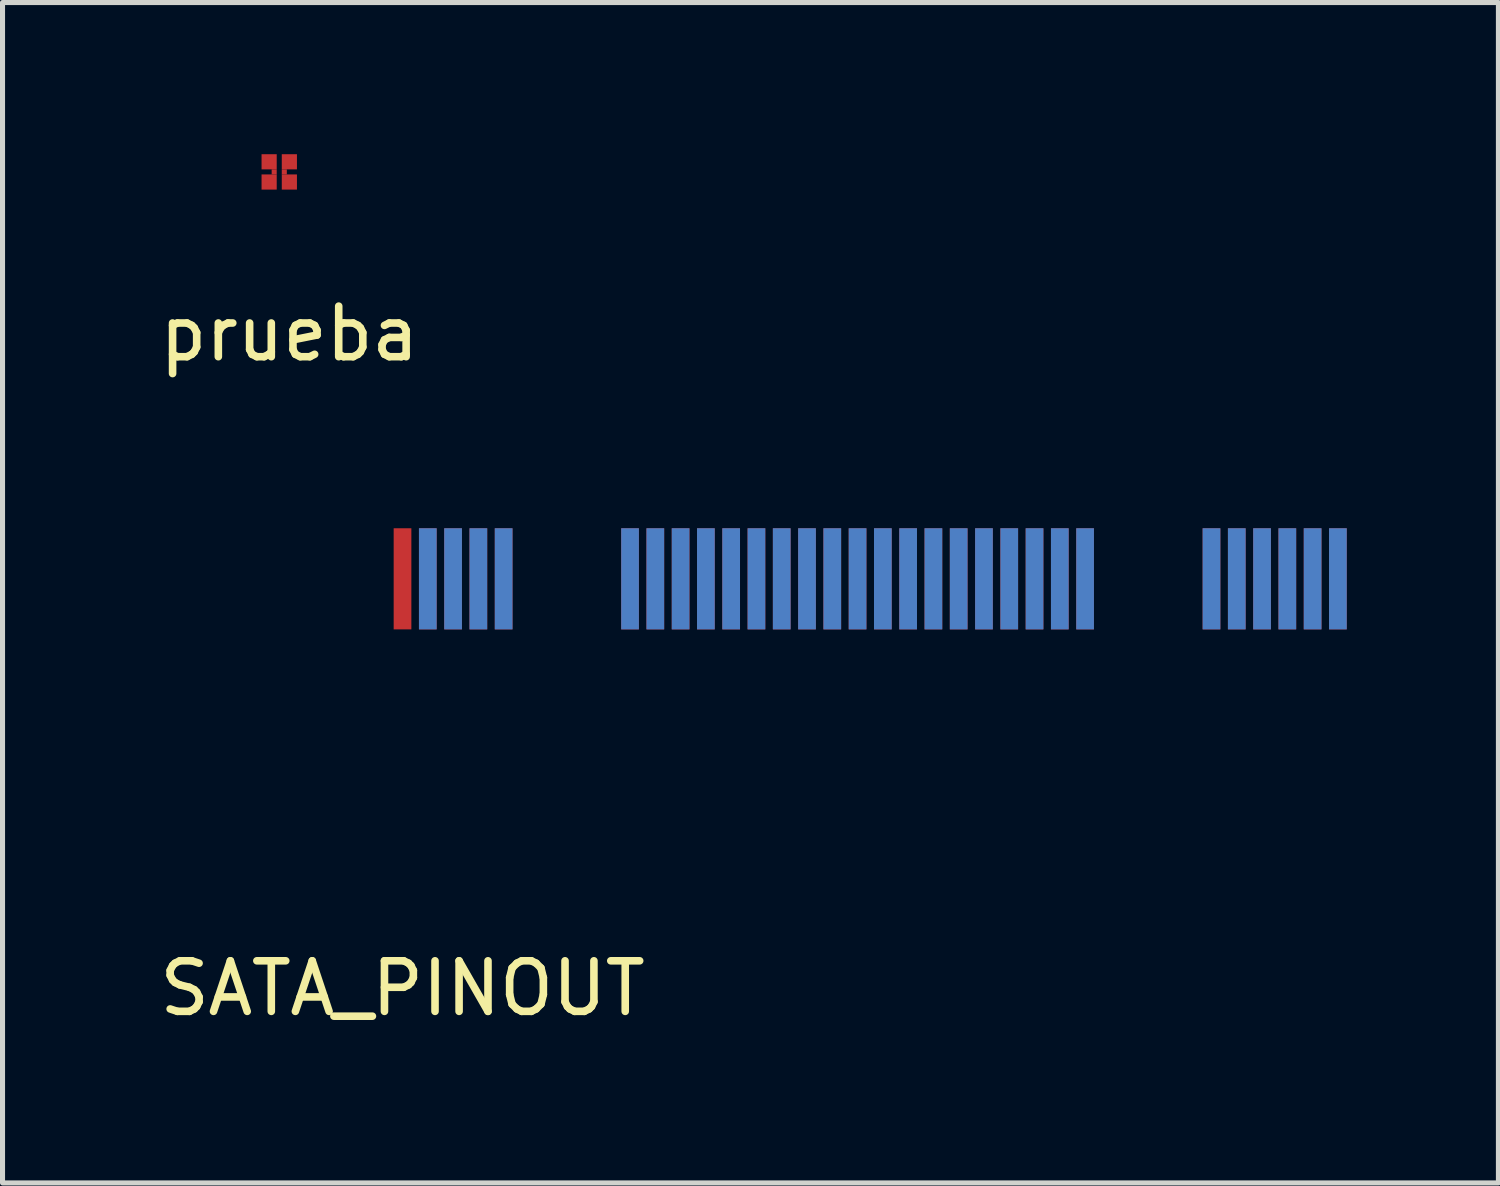
<source format=kicad_pcb>
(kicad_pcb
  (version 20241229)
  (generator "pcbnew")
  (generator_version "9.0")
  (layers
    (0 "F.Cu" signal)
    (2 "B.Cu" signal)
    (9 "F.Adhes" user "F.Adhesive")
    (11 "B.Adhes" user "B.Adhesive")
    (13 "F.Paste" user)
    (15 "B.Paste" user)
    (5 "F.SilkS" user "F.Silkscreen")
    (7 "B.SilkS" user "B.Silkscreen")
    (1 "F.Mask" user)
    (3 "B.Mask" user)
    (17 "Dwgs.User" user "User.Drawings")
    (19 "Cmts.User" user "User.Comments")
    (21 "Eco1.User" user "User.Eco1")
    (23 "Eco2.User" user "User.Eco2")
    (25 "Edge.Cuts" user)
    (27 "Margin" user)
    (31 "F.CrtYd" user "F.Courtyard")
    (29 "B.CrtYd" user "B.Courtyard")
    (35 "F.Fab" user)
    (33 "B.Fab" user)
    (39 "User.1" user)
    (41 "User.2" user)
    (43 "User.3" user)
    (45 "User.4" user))
  (footprint "SATA_PINOUT"
    (layer "F.Cu")
    (at 4.911 8.398)
    (property "Reference" "SATA_PINOUT" (at 0 8.1 0) (layer "F.SilkS") (effects (font (size 1 1) (thickness 0.15))))
    (attr through_hole)
    (pad "1" smd rect (at 18.5 0) (size 0.35 2) (layers "F.Cu" "F.Mask" "F.Paste"))
    (pad "2" smd rect (at 18.5 0) (size 0.35 2) (layers "B.Cu" "B.Mask" "B.Paste"))
    (pad "3" smd rect (at 18 0) (size 0.35 2) (layers "F.Cu" "F.Mask" "F.Paste"))
    (pad "4" smd rect (at 18 0) (size 0.35 2) (layers "B.Cu" "B.Mask" "B.Paste"))
    (pad "5" smd rect (at 17.5 0) (size 0.35 2) (layers "F.Cu" "F.Mask" "F.Paste"))
    (pad "6" smd rect (at 17.5 0) (size 0.35 2) (layers "B.Cu" "B.Mask" "B.Paste"))
    (pad "7" smd rect (at 17 0) (size 0.35 2) (layers "F.Cu" "F.Mask" "F.Paste"))
    (pad "8" smd rect (at 17 0) (size 0.35 2) (layers "B.Cu" "B.Mask" "B.Paste"))
    (pad "9" smd rect (at 16.5 0) (size 0.35 2) (layers "F.Cu" "F.Mask" "F.Paste"))
    (pad "10" smd rect (at 16.5 0) (size 0.35 2) (layers "B.Cu" "B.Mask" "B.Paste"))
    (pad "11" smd rect (at 16 0) (size 0.35 2) (layers "F.Cu" "F.Mask" "F.Paste"))
    (pad "12" smd rect (at 16 0) (size 0.35 2) (layers "B.Cu" "B.Mask" "B.Paste"))
    (pad "21" smd rect (at 13.5 0) (size 0.35 2) (layers "F.Cu" "F.Mask" "F.Paste"))
    (pad "22" smd rect (at 13.5 0) (size 0.35 2) (layers "B.Cu" "B.Mask" "B.Paste"))
    (pad "23" smd rect (at 13 0) (size 0.35 2) (layers "F.Cu" "F.Mask" "F.Paste"))
    (pad "24" smd rect (at 13 0) (size 0.35 2) (layers "B.Cu" "B.Mask" "B.Paste"))
    (pad "25" smd rect (at 12.5 0) (size 0.35 2) (layers "F.Cu" "F.Mask" "F.Paste"))
    (pad "26" smd rect (at 12.5 0) (size 0.35 2) (layers "B.Cu" "B.Mask" "B.Paste"))
    (pad "27" smd rect (at 12 0) (size 0.35 2) (layers "F.Cu" "F.Mask" "F.Paste"))
    (pad "28" smd rect (at 12 0) (size 0.35 2) (layers "B.Cu" "B.Mask" "B.Paste"))
    (pad "29" smd rect (at 11.5 0) (size 0.35 2) (layers "F.Cu" "F.Mask" "F.Paste"))
    (pad "30" smd rect (at 11.5 0) (size 0.35 2) (layers "B.Cu" "B.Mask" "B.Paste"))
    (pad "31" smd rect (at 11 0) (size 0.35 2) (layers "F.Cu" "F.Mask" "F.Paste"))
    (pad "32" smd rect (at 11 0) (size 0.35 2) (layers "B.Cu" "B.Mask" "B.Paste"))
    (pad "33" smd rect (at 10.5 0) (size 0.35 2) (layers "F.Cu" "F.Mask" "F.Paste"))
    (pad "34" smd rect (at 10.5 0) (size 0.35 2) (layers "B.Cu" "B.Mask" "B.Paste"))
    (pad "35" smd rect (at 10 0) (size 0.35 2) (layers "F.Cu" "F.Mask" "F.Paste"))
    (pad "36" smd rect (at 10 0) (size 0.35 2) (layers "B.Cu" "B.Mask" "B.Paste"))
    (pad "37" smd rect (at 9.5 0) (size 0.35 2) (layers "F.Cu" "F.Mask" "F.Paste"))
    (pad "38" smd rect (at 9.5 0) (size 0.35 2) (layers "B.Cu" "B.Mask" "B.Paste"))
    (pad "39" smd rect (at 9 0) (size 0.35 2) (layers "F.Cu" "F.Mask" "F.Paste"))
    (pad "40" smd rect (at 9 0) (size 0.35 2) (layers "B.Cu" "B.Mask" "B.Paste"))
    (pad "41" smd rect (at 8.5 0) (size 0.35 2) (layers "F.Cu" "F.Mask" "F.Paste"))
    (pad "42" smd rect (at 8.5 0) (size 0.35 2) (layers "B.Cu" "B.Mask" "B.Paste"))
    (pad "43" smd rect (at 8 0) (size 0.35 2) (layers "F.Cu" "F.Mask" "F.Paste"))
    (pad "44" smd rect (at 8 0) (size 0.35 2) (layers "B.Cu" "B.Mask" "B.Paste"))
    (pad "45" smd rect (at 7.5 0) (size 0.35 2) (layers "F.Cu" "F.Mask" "F.Paste"))
    (pad "46" smd rect (at 7.5 0) (size 0.35 2) (layers "B.Cu" "B.Mask" "B.Paste"))
    (pad "47" smd rect (at 7 0) (size 0.35 2) (layers "F.Cu" "F.Mask" "F.Paste"))
    (pad "48" smd rect (at 7 0) (size 0.35 2) (layers "B.Cu" "B.Mask" "B.Paste"))
    (pad "49" smd rect (at 6.5 0) (size 0.35 2) (layers "F.Cu" "F.Mask" "F.Paste"))
    (pad "50" smd rect (at 6.5 0) (size 0.35 2) (layers "B.Cu" "B.Mask" "B.Paste"))
    (pad "51" smd rect (at 6 0) (size 0.35 2) (layers "F.Cu" "F.Mask" "F.Paste"))
    (pad "52" smd rect (at 6 0) (size 0.35 2) (layers "B.Cu" "B.Mask" "B.Paste"))
    (pad "53" smd rect (at 5.5 0) (size 0.35 2) (layers "F.Cu" "F.Mask" "F.Paste"))
    (pad "54" smd rect (at 5.5 0) (size 0.35 2) (layers "B.Cu" "B.Mask" "B.Paste"))
    (pad "55" smd rect (at 5 0) (size 0.35 2) (layers "F.Cu" "F.Mask" "F.Paste"))
    (pad "56" smd rect (at 5 0) (size 0.35 2) (layers "B.Cu" "B.Mask" "B.Paste"))
    (pad "57" smd rect (at 4.5 0) (size 0.35 2) (layers "F.Cu" "F.Mask" "F.Paste"))
    (pad "58" smd rect (at 4.5 0) (size 0.35 2) (layers "B.Cu" "B.Mask" "B.Paste"))
    (pad "67" smd rect (at 2 0) (size 0.35 2) (layers "F.Cu" "F.Mask" "F.Paste"))
    (pad "68" smd rect (at 2 0) (size 0.35 2) (layers "B.Cu" "B.Mask" "B.Paste"))
    (pad "69" smd rect (at 1.5 0) (size 0.35 2) (layers "F.Cu" "F.Mask" "F.Paste"))
    (pad "70" smd rect (at 1.5 0) (size 0.35 2) (layers "B.Cu" "B.Mask" "B.Paste"))
    (pad "71" smd rect (at 1 0) (size 0.35 2) (layers "F.Cu" "F.Mask" "F.Paste"))
    (pad "72" smd rect (at 1 0) (size 0.35 2) (layers "B.Cu" "B.Mask" "B.Paste"))
    (pad "73" smd rect (at 0.5 0) (size 0.35 2) (layers "F.Cu" "F.Mask" "F.Paste"))
    (pad "74" smd rect (at 0.5 0) (size 0.35 2) (layers "B.Cu" "B.Mask" "B.Paste"))
    (pad "75" smd rect (at 0 0) (size 0.35 2) (layers "F.Cu" "F.Mask" "F.Paste")))
  (footprint "prueba"
    (layer "F.Cu")
    (at 2.273 0.55)
    (property "Reference" "prueba" (at 0.4 3 0) (layer "F.SilkS") (effects (font (size 1 1) (thickness 0.15))))
    (attr through_hole)
    (pad "1" smd rect (at 0 -0.4) (size 0.3 0.3) (layers "F.Cu" "F.Mask" "F.Paste"))
    (pad "1" smd rect (at 0 0) (size 0.3 0.3) (layers "F.Cu" "F.Mask" "F.Paste"))
    (pad "1" smd rect (at 0.1 -0.2) (size 0.1 0.1) (layers "F.Cu" "F.Mask" "F.Paste"))
    (pad "1" smd rect (at 0.3 -0.2) (size 0.1 0.1) (layers "F.Cu" "F.Mask" "F.Paste"))
    (pad "1" smd rect (at 0.4 -0.4) (size 0.3 0.3) (layers "F.Cu" "F.Mask" "F.Paste"))
    (pad "1" smd rect (at 0.4 0) (size 0.3 0.3) (layers "F.Cu" "F.Mask" "F.Paste")))
  (gr_rect
    (start -3 -3)
    (end 26.586 20.346)
    (stroke (width 0.1) (type default))
    (fill no)
    (layer "Edge.Cuts")))
</source>
